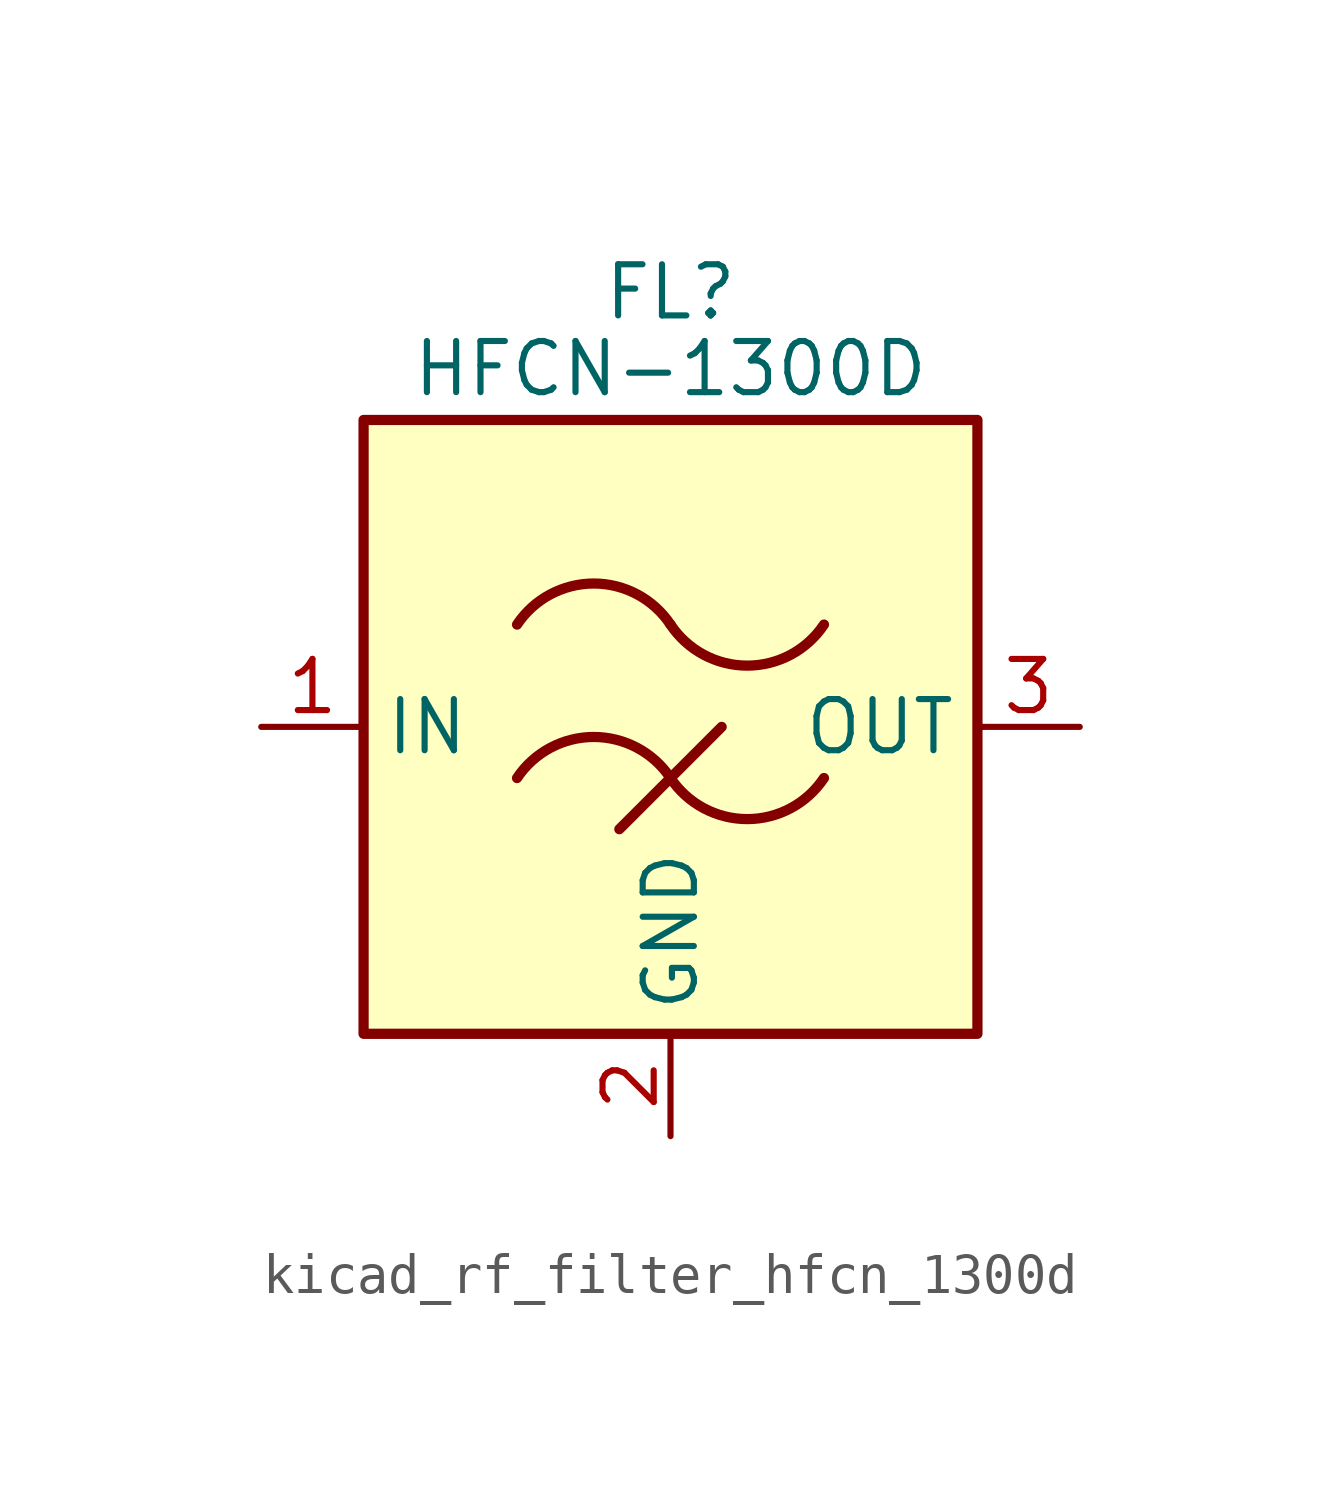
<source format=kicad_sym>
(kicad_symbol_lib
  (version 20220914)
  (generator kicad_symbol_editor)
  (symbol "kicad_rf_filter_hfcn_1300d"
    (property "Reference" "FL"
      (at 0 10.795 0)
      (effects (font (size 1.27 1.27))))
    (property "Value" "HFCN-1300D"
      (at 0 8.89 0)
      (effects (font (size 1.27 1.27))))
    (symbol "kicad_rf_filter_hfcn_1300d_0_1"
      (rectangle (start -7.62 7.62) (end 7.62 -7.62) (stroke (width 0.254) (type default)) (fill (type background)))
      (arc (start 0 -1.27) (mid -1.905 -0.2505) (end -3.81 -1.27) (stroke (width 0.254) (type default)) (fill (type none)))
      (arc (start 0 -1.27) (mid 1.905 -2.2895) (end 3.81 -1.27) (stroke (width 0.254) (type default)) (fill (type none)))
      (polyline (pts (xy -1.27 -2.54) (xy 1.27 0)) (stroke (width 0.254) (type default)) (fill (type none)))
      (arc (start 0 2.54) (mid -1.905 3.5595) (end -3.81 2.54) (stroke (width 0.254) (type default)) (fill (type none)))
      (arc (start 0 2.54) (mid 1.905 1.5205) (end 3.81 2.54) (stroke (width 0.254) (type default)) (fill (type none))))
    (symbol "kicad_rf_filter_hfcn_1300d_1_1"
      (pin passive line (at -10.16 0 0) (length 2.54) (name "IN" (effects (font (size 1.27 1.27)))) (number "1" (effects (font (size 1.27 1.27)))))
      (pin passive line (at 0 -10.16 90) (length 2.54) (name "GND" (effects (font (size 1.27 1.27)))) (number "2" (effects (font (size 1.27 1.27)))))
      (pin passive line (at 10.16 0 180) (length 2.54) (name "OUT" (effects (font (size 1.27 1.27)))) (number "3" (effects (font (size 1.27 1.27)))))
      (pin passive line (at 0 -10.16 90) (length 2.54) hide (name "GND" (effects (font (size 1.27 1.27)))) (number "4" (effects (font (size 1.27 1.27))))))))
</source>
